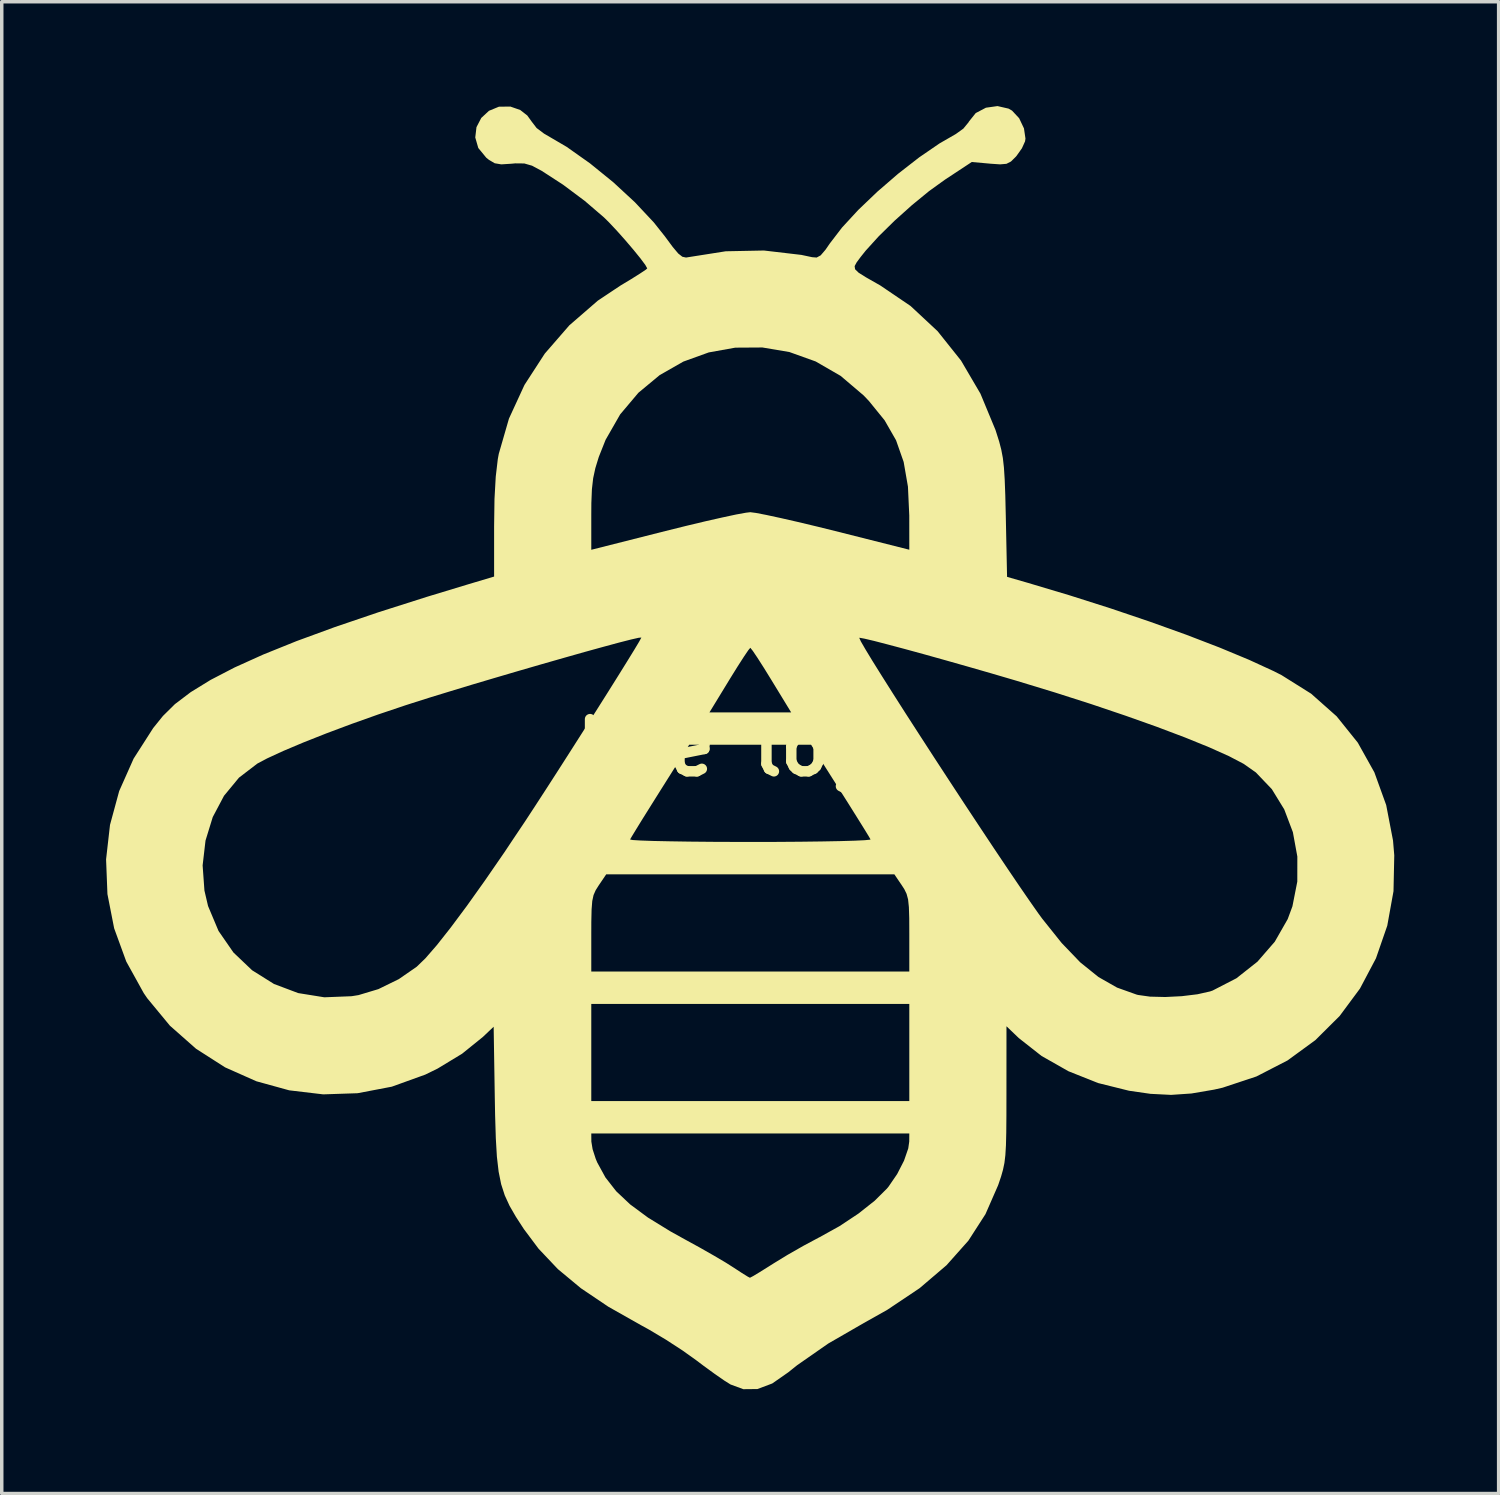
<source format=kicad_pcb>
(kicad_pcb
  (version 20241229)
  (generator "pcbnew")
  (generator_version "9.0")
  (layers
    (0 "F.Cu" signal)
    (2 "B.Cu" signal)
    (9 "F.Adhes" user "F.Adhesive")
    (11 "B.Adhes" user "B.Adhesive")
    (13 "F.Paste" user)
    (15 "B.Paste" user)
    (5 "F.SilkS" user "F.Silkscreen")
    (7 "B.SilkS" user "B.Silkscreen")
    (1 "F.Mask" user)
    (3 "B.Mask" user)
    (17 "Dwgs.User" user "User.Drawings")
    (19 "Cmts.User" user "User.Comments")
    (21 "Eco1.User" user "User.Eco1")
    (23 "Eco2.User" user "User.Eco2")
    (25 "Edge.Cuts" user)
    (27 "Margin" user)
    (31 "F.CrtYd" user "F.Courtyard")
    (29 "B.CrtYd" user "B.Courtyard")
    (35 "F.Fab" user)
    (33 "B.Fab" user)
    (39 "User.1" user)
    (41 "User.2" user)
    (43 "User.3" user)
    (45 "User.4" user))
  (footprint "bee logo"
    (layer "F.Cu")
    (at 18.523 18.449)
    (property "Reference" "bee logo" (at 0 0 0) (layer "F.SilkS") (effects (font (size 1.5 1.5) (thickness 0.3))))
    (attr board_only exclude_from_pos_files exclude_from_bom)
    (fp_poly (pts (xy 7.426 -18.376) (xy 7.525 -18.319) (xy 7.73 -18.1) (xy 7.869 -17.807) (xy 7.912 -17.515) (xy 7.9 -17.434) (xy 7.81 -17.235) (xy 7.654 -17.015) (xy 7.63 -16.988) (xy 7.495 -16.855) (xy 7.366 -16.789) (xy 7.184 -16.773) (xy 6.893 -16.793) (xy 6.888 -16.794) (xy 6.368 -16.841) (xy 5.594 -16.331) (xy 5.14 -16.004) (xy 4.645 -15.598) (xy 4.149 -15.153) (xy 3.693 -14.705) (xy 3.318 -14.292) (xy 3.172 -14.109) (xy 3.059 -13.957) (xy 3 -13.848) (xy 3.013 -13.757) (xy 3.115 -13.658) (xy 3.325 -13.526) (xy 3.659 -13.336) (xy 3.735 -13.293) (xy 4.607 -12.702) (xy 5.385 -11.977) (xy 6.059 -11.132) (xy 6.617 -10.181) (xy 7.05 -9.137) (xy 7.075 -9.059) (xy 7.157 -8.8) (xy 7.217 -8.568) (xy 7.262 -8.329) (xy 7.293 -8.053) (xy 7.315 -7.707) (xy 7.332 -7.258) (xy 7.346 -6.674) (xy 7.347 -6.626) (xy 7.383 -4.913) (xy 7.989 -4.738) (xy 9.189 -4.379) (xy 10.361 -4.006) (xy 11.484 -3.626) (xy 12.537 -3.248) (xy 13.496 -2.879) (xy 14.342 -2.527) (xy 15.051 -2.201) (xy 15.272 -2.089) (xy 16.125 -1.554) (xy 16.859 -0.903) (xy 17.467 -0.146) (xy 17.944 0.708) (xy 18.284 1.649) (xy 18.48 2.667) (xy 18.516 3.094) (xy 18.494 4.125) (xy 18.315 5.116) (xy 17.99 6.055) (xy 17.53 6.925) (xy 16.945 7.714) (xy 16.247 8.408) (xy 15.447 8.992) (xy 14.554 9.452) (xy 13.581 9.775) (xy 13.335 9.831) (xy 12.684 9.942) (xy 12.1 9.982) (xy 11.507 9.952) (xy 10.89 9.863) (xy 10.002 9.642) (xy 9.15 9.303) (xy 8.376 8.864) (xy 7.718 8.347) (xy 7.684 8.314) (xy 7.366 8.009) (xy 7.365 9.952) (xy 7.364 10.577) (xy 7.36 11.06) (xy 7.351 11.43) (xy 7.334 11.713) (xy 7.307 11.939) (xy 7.266 12.135) (xy 7.211 12.329) (xy 7.137 12.548) (xy 7.124 12.584) (xy 6.762 13.411) (xy 6.271 14.173) (xy 5.642 14.88) (xy 4.868 15.54) (xy 3.939 16.162) (xy 3.265 16.541) (xy 2.241 17.132) (xy 1.348 17.754) (xy 1.092 17.959) (xy 0.631 18.28) (xy 0.205 18.44) (xy -0.2 18.444) (xy -0.567 18.309) (xy -0.749 18.195) (xy -1.021 18.006) (xy -1.341 17.773) (xy -1.556 17.611) (xy -1.954 17.327) (xy -2.43 17.018) (xy -2.91 16.732) (xy -3.148 16.601) (xy -4.083 16.072) (xy -4.871 15.541) (xy -5.533 14.991) (xy -6.089 14.403) (xy -6.509 13.842) (xy -6.739 13.488) (xy -6.921 13.173) (xy -7.06 12.87) (xy -7.163 12.551) (xy -7.236 12.19) (xy -7.286 11.759) (xy -7.317 11.23) (xy -7.321 11.091) (xy -4.572 11.091) (xy -4.57 11.324) (xy -4.534 11.544) (xy -4.444 11.822) (xy -4.401 11.925) (xy -4.165 12.356) (xy -3.856 12.752) (xy -3.454 13.131) (xy -2.94 13.511) (xy -2.292 13.909) (xy -1.859 14.149) (xy -1.447 14.375) (xy -1.045 14.604) (xy -0.701 14.807) (xy -0.473 14.952) (xy -0.242 15.103) (xy -0.073 15.208) (xy -0.01 15.24) (xy 0.072 15.197) (xy 0.263 15.083) (xy 0.527 14.918) (xy 0.669 14.828) (xy 1.073 14.581) (xy 1.534 14.318) (xy 1.958 14.091) (xy 1.99 14.075) (xy 2.567 13.755) (xy 3.108 13.396) (xy 3.575 13.027) (xy 3.927 12.678) (xy 3.976 12.619) (xy 4.223 12.258) (xy 4.42 11.874) (xy 4.542 11.521) (xy 4.57 11.324) (xy 4.572 11.091) (xy 0 11.091) (xy -4.572 11.091) (xy -7.321 11.091) (xy -7.337 10.577) (xy -7.346 10.086) (xy -7.379 8.022) (xy -7.69 8.317) (xy -8.286 8.798) (xy -8.993 9.227) (xy -9.345 9.399) (xy -10.307 9.746) (xy -11.291 9.934) (xy -12.28 9.967) (xy -13.257 9.851) (xy -14.203 9.59) (xy -15.102 9.19) (xy -15.936 8.656) (xy -16.687 7.993) (xy -17.205 7.366) (xy -4.572 7.366) (xy -4.572 8.763) (xy -4.572 10.16) (xy 0 10.16) (xy 4.572 10.16) (xy 4.572 8.763) (xy 4.572 7.366) (xy 0 7.366) (xy -4.572 7.366) (xy -17.205 7.366) (xy -17.338 7.205) (xy -17.44 7.056) (xy -17.943 6.147) (xy -18.291 5.192) (xy -18.484 4.208) (xy -18.516 3.384) (xy -15.747 3.384) (xy -15.695 4.107) (xy -15.591 4.552) (xy -15.29 5.268) (xy -14.861 5.888) (xy -14.324 6.399) (xy -13.697 6.792) (xy -12.999 7.055) (xy -12.248 7.176) (xy -11.464 7.145) (xy -11.265 7.113) (xy -10.693 6.941) (xy -10.107 6.654) (xy -9.79 6.435) (xy -4.572 6.435) (xy 0 6.435) (xy 4.572 6.435) (xy 4.572 5.354) (xy 4.57 4.902) (xy 4.56 4.584) (xy 4.537 4.362) (xy 4.494 4.202) (xy 4.428 4.066) (xy 4.357 3.957) (xy 4.143 3.641) (xy 0 3.641) (xy -4.143 3.641) (xy -4.357 3.957) (xy -4.446 4.098) (xy -4.507 4.237) (xy -4.544 4.409) (xy -4.563 4.65) (xy -4.571 4.998) (xy -4.572 5.354) (xy -4.572 6.435) (xy -9.79 6.435) (xy -9.59 6.296) (xy -9.341 6.055) (xy -9.013 5.677) (xy -8.615 5.173) (xy -8.153 4.553) (xy -7.635 3.826) (xy -7.068 3.004) (xy -6.825 2.639) (xy -3.457 2.639) (xy -3.382 2.654) (xy -3.154 2.668) (xy -2.793 2.681) (xy -2.314 2.691) (xy -1.736 2.7) (xy -1.076 2.706) (xy -0.351 2.709) (xy 0 2.709) (xy 0.748 2.708) (xy 1.44 2.703) (xy 2.058 2.695) (xy 2.585 2.685) (xy 3.003 2.673) (xy 3.295 2.659) (xy 3.442 2.644) (xy 3.457 2.637) (xy 3.405 2.546) (xy 3.276 2.335) (xy 3.086 2.03) (xy 2.85 1.653) (xy 2.589 1.24) (xy 1.749 -0.085) (xy -0.004 -0.085) (xy -1.757 -0.085) (xy -2.593 1.242) (xy -2.859 1.666) (xy -3.094 2.041) (xy -3.281 2.345) (xy -3.407 2.552) (xy -3.457 2.639) (xy -6.825 2.639) (xy -6.475 2.117) (xy -6.193 1.686) (xy -5.873 1.193) (xy -5.527 0.656) (xy -5.166 0.092) (xy -4.802 -0.479) (xy -4.461 -1.016) (xy -1.174 -1.016) (xy 0.001 -1.016) (xy 1.175 -1.016) (xy 0.608 -1.945) (xy 0.393 -2.293) (xy 0.209 -2.581) (xy 0.073 -2.783) (xy 0.004 -2.87) (xy 0 -2.872) (xy -0.057 -2.804) (xy -0.184 -2.617) (xy -0.362 -2.34) (xy -0.574 -1.999) (xy -0.608 -1.943) (xy -1.174 -1.016) (xy -4.461 -1.016) (xy -4.446 -1.039) (xy -4.11 -1.571) (xy -3.806 -2.056) (xy -3.545 -2.476) (xy -3.338 -2.812) (xy -3.198 -3.046) (xy -3.136 -3.159) (xy 3.133 -3.159) (xy 3.178 -3.058) (xy 3.308 -2.833) (xy 3.511 -2.498) (xy 3.779 -2.069) (xy 4.1 -1.561) (xy 4.464 -0.99) (xy 4.863 -0.372) (xy 5.284 0.278) (xy 5.719 0.944) (xy 6.157 1.612) (xy 6.588 2.264) (xy 7.001 2.886) (xy 7.388 3.463) (xy 7.737 3.978) (xy 8.039 4.417) (xy 8.282 4.763) (xy 8.39 4.911) (xy 8.952 5.614) (xy 9.486 6.17) (xy 10.011 6.593) (xy 10.545 6.897) (xy 11.107 7.098) (xy 11.15 7.109) (xy 11.492 7.157) (xy 11.931 7.168) (xy 12.407 7.144) (xy 12.857 7.089) (xy 13.218 7.008) (xy 13.293 6.982) (xy 13.978 6.629) (xy 14.582 6.152) (xy 15.081 5.577) (xy 15.452 4.928) (xy 15.588 4.56) (xy 15.728 3.849) (xy 15.729 3.129) (xy 15.601 2.429) (xy 15.353 1.774) (xy 14.996 1.192) (xy 14.538 0.712) (xy 14.184 0.463) (xy 13.762 0.242) (xy 13.193 -0.013) (xy 12.494 -0.297) (xy 11.684 -0.603) (xy 10.78 -0.924) (xy 9.8 -1.255) (xy 8.76 -1.588) (xy 7.678 -1.918) (xy 7.594 -1.943) (xy 6.93 -2.138) (xy 6.263 -2.33) (xy 5.611 -2.515) (xy 4.996 -2.687) (xy 4.436 -2.84) (xy 3.951 -2.969) (xy 3.562 -3.07) (xy 3.287 -3.135) (xy 3.147 -3.161) (xy 3.133 -3.159) (xy -3.136 -3.159) (xy -3.135 -3.161) (xy -3.133 -3.168) (xy -3.21 -3.161) (xy -3.431 -3.111) (xy -3.775 -3.023) (xy -4.222 -2.902) (xy -4.755 -2.755) (xy -5.352 -2.586) (xy -5.995 -2.402) (xy -6.664 -2.208) (xy -7.341 -2.009) (xy -8.005 -1.812) (xy -8.637 -1.62) (xy -9.218 -1.442) (xy -9.728 -1.28) (xy -9.93 -1.215) (xy -10.702 -0.955) (xy -11.464 -0.684) (xy -12.19 -0.412) (xy -12.854 -0.149) (xy -13.43 0.094) (xy -13.892 0.307) (xy -14.175 0.457) (xy -14.702 0.861) (xy -15.132 1.382) (xy -15.456 1.994) (xy -15.664 2.67) (xy -15.747 3.384) (xy -18.516 3.384) (xy -18.523 3.211) (xy -18.41 2.218) (xy -18.146 1.246) (xy -17.731 0.313) (xy -17.168 -0.566) (xy -16.888 -0.913) (xy -16.543 -1.254) (xy -16.089 -1.598) (xy -15.519 -1.949) (xy -14.827 -2.308) (xy -14.005 -2.679) (xy -13.048 -3.065) (xy -11.949 -3.468) (xy -10.701 -3.892) (xy -9.297 -4.339) (xy -8.107 -4.7) (xy -7.366 -4.921) (xy -7.366 -5.691) (xy -4.572 -5.691) (xy -2.434 -6.232) (xy -1.842 -6.379) (xy -1.289 -6.511) (xy -0.802 -6.621) (xy -0.406 -6.706) (xy -0.126 -6.757) (xy 0 -6.772) (xy 0.161 -6.751) (xy 0.461 -6.693) (xy 0.873 -6.604) (xy 1.372 -6.49) (xy 1.933 -6.356) (xy 2.434 -6.232) (xy 4.572 -5.693) (xy 4.571 -6.678) (xy 4.533 -7.507) (xy 4.41 -8.216) (xy 4.191 -8.84) (xy 3.862 -9.414) (xy 3.41 -9.97) (xy 3.26 -10.128) (xy 2.598 -10.691) (xy 1.88 -11.106) (xy 1.124 -11.377) (xy 0.348 -11.508) (xy -0.431 -11.503) (xy -1.194 -11.366) (xy -1.925 -11.102) (xy -2.605 -10.714) (xy -3.216 -10.207) (xy -3.741 -9.585) (xy -4.161 -8.852) (xy -4.357 -8.358) (xy -4.455 -8.039) (xy -4.518 -7.748) (xy -4.554 -7.431) (xy -4.57 -7.034) (xy -4.572 -6.704) (xy -4.572 -5.691) (xy -7.366 -5.691) (xy -7.366 -6.359) (xy -7.355 -7.152) (xy -7.319 -7.793) (xy -7.26 -8.297) (xy -7.232 -8.449) (xy -6.939 -9.463) (xy -6.493 -10.431) (xy -5.909 -11.332) (xy -5.202 -12.146) (xy -4.386 -12.853) (xy -3.738 -13.285) (xy -3.421 -13.476) (xy -3.167 -13.636) (xy -3.005 -13.744) (xy -2.963 -13.781) (xy -3.017 -13.879) (xy -3.158 -14.069) (xy -3.361 -14.319) (xy -3.598 -14.597) (xy -3.843 -14.872) (xy -4.069 -15.112) (xy -4.205 -15.246) (xy -4.757 -15.72) (xy -5.383 -16.188) (xy -5.995 -16.585) (xy -6.002 -16.589) (xy -6.276 -16.735) (xy -6.498 -16.799) (xy -6.755 -16.802) (xy -6.876 -16.791) (xy -7.16 -16.773) (xy -7.349 -16.805) (xy -7.515 -16.903) (xy -7.592 -16.965) (xy -7.821 -17.244) (xy -7.908 -17.546) (xy -7.873 -17.843) (xy -7.735 -18.108) (xy -7.514 -18.313) (xy -7.228 -18.431) (xy -6.899 -18.435) (xy -6.616 -18.337) (xy -6.412 -18.178) (xy -6.285 -18.002) (xy -6.144 -17.818) (xy -5.929 -17.656) (xy -5.909 -17.645) (xy -5.279 -17.276) (xy -4.609 -16.802) (xy -3.94 -16.259) (xy -3.316 -15.682) (xy -2.776 -15.106) (xy -2.455 -14.702) (xy -2.23 -14.398) (xy -2.072 -14.21) (xy -1.954 -14.117) (xy -1.848 -14.094) (xy -1.778 -14.105) (xy -0.706 -14.274) (xy 0.392 -14.296) (xy 1.468 -14.17) (xy 1.778 -14.104) (xy 1.908 -14.094) (xy 2.023 -14.156) (xy 2.161 -14.317) (xy 2.286 -14.498) (xy 2.638 -14.957) (xy 3.105 -15.463) (xy 3.654 -15.988) (xy 4.249 -16.502) (xy 4.857 -16.975) (xy 5.442 -17.376) (xy 5.909 -17.645) (xy 6.126 -17.801) (xy 6.278 -17.986) (xy 6.285 -18.002) (xy 6.482 -18.248) (xy 6.775 -18.402) (xy 7.108 -18.449)) (stroke (width 0) (type solid)) (fill yes) (layer "F.SilkS")))
  (gr_rect
    (start -3 -3)
    (end 40.04 39.893)
    (stroke (width 0.1) (type default))
    (fill no)
    (layer "Edge.Cuts")))
</source>
